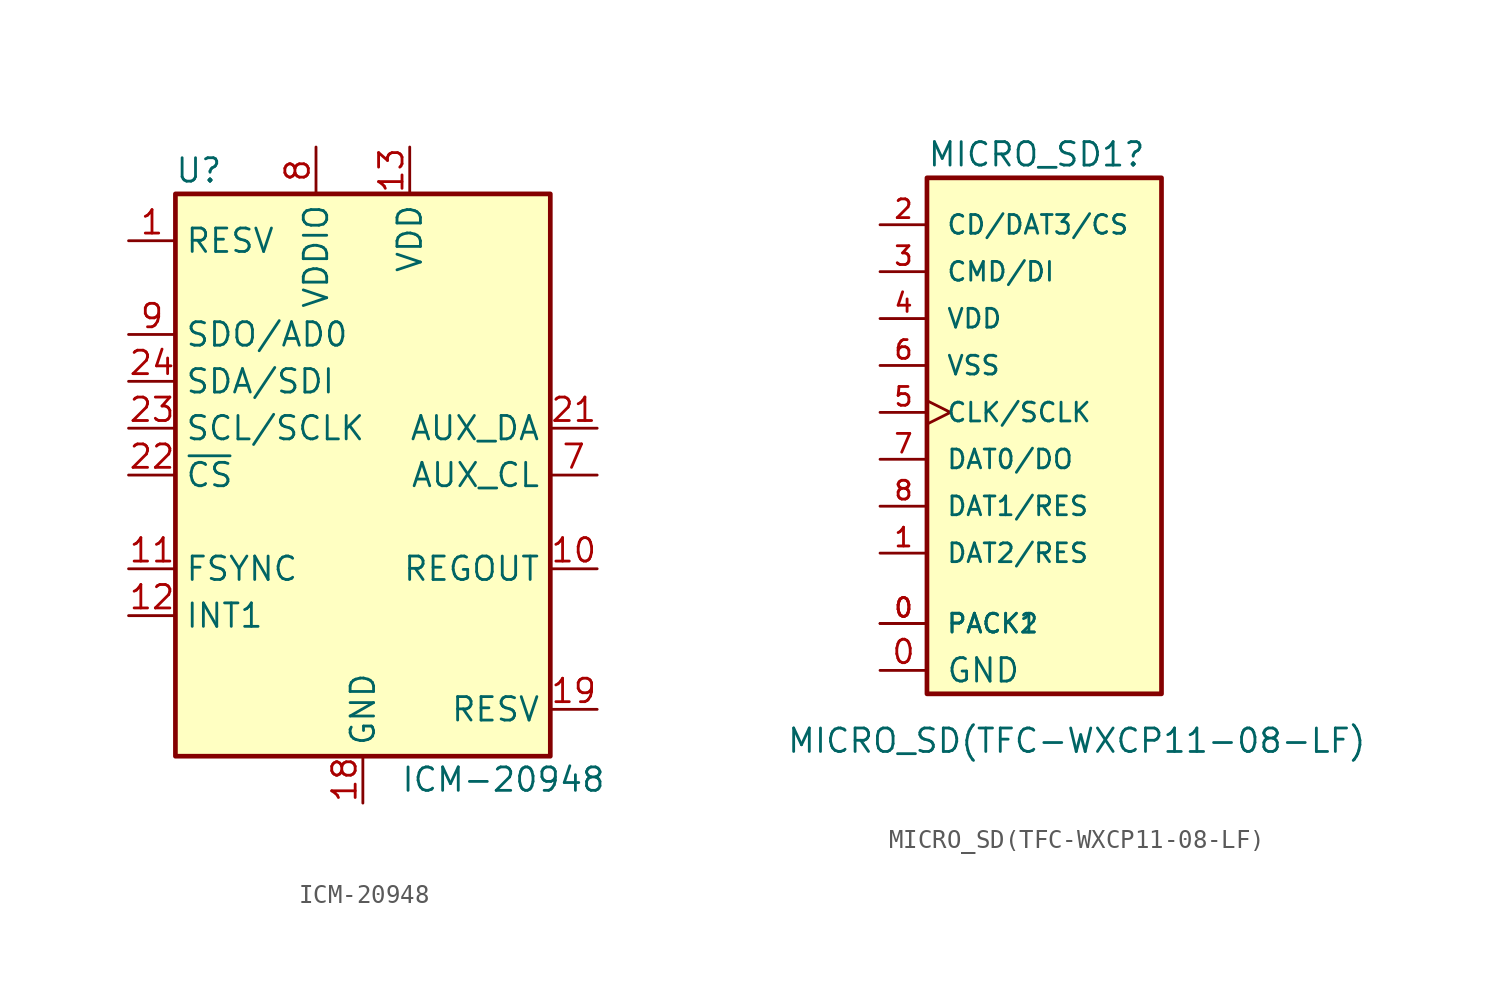
<source format=kicad_sym>
(kicad_symbol_lib
  (version 20211014)
  (generator kicad_symbol_editor)
  (symbol "ICM-20948"
    (property "Reference" "U"
      (at -8.89 16.51 0)
      (effects (font (size 1.27 1.27))))
    (property "Value" "ICM-20948"
      (at 7.62 -16.51 0)
      (effects (font (size 1.27 1.27))))
    (symbol "ICM-20948_0_1"
      (rectangle (start -10.16 15.24) (end 10.16 -15.24) (stroke (width 0.254) (type default) (color 0 0 0 0)) (fill (type background))))
    (symbol "ICM-20948_1_1"
      (pin power_in line (at -12.7 12.7 0) (length 2.54) (name "RESV" (effects (font (size 1.27 1.27)))) (number "1" (effects (font (size 1.27 1.27)))))
      (pin passive line (at 12.7 -5.08 180) (length 2.54) (name "REGOUT" (effects (font (size 1.27 1.27)))) (number "10" (effects (font (size 1.27 1.27)))))
      (pin input line (at -12.7 -5.08 0) (length 2.54) (name "FSYNC" (effects (font (size 1.27 1.27)))) (number "11" (effects (font (size 1.27 1.27)))))
      (pin output line (at -12.7 -7.62 0) (length 2.54) (name "INT1" (effects (font (size 1.27 1.27)))) (number "12" (effects (font (size 1.27 1.27)))))
      (pin power_in line (at 2.54 17.78 270) (length 2.54) (name "VDD" (effects (font (size 1.27 1.27)))) (number "13" (effects (font (size 1.27 1.27)))))
      (pin no_connect line (at 10.16 7.62 180) (length 2.54) hide (name "NC" (effects (font (size 1.27 1.27)))) (number "14" (effects (font (size 1.27 1.27)))))
      (pin no_connect line (at 10.16 5.08 180) (length 2.54) hide (name "NC" (effects (font (size 1.27 1.27)))) (number "15" (effects (font (size 1.27 1.27)))))
      (pin no_connect line (at 10.16 -7.62 180) (length 2.54) hide (name "NC" (effects (font (size 1.27 1.27)))) (number "16" (effects (font (size 1.27 1.27)))))
      (pin no_connect line (at 10.16 -10.16 180) (length 2.54) hide (name "NC" (effects (font (size 1.27 1.27)))) (number "17" (effects (font (size 1.27 1.27)))))
      (pin power_in line (at 0 -17.78 90) (length 2.54) (name "GND" (effects (font (size 1.27 1.27)))) (number "18" (effects (font (size 1.27 1.27)))))
      (pin power_in line (at 12.7 -12.7 180) (length 2.54) (name "RESV" (effects (font (size 1.27 1.27)))) (number "19" (effects (font (size 1.27 1.27)))))
      (pin no_connect line (at -10.16 10.16 0) (length 2.54) hide (name "NC" (effects (font (size 1.27 1.27)))) (number "2" (effects (font (size 1.27 1.27)))))
      (pin passive line (at 0 -17.78 90) (length 2.54) hide (name "GND" (effects (font (size 1.27 1.27)))) (number "20" (effects (font (size 1.27 1.27)))))
      (pin bidirectional line (at 12.7 2.54 180) (length 2.54) (name "AUX_DA" (effects (font (size 1.27 1.27)))) (number "21" (effects (font (size 1.27 1.27)))))
      (pin input line (at -12.7 0 0) (length 2.54) (name "~{CS}" (effects (font (size 1.27 1.27)))) (number "22" (effects (font (size 1.27 1.27)))))
      (pin input line (at -12.7 2.54 0) (length 2.54) (name "SCL/SCLK" (effects (font (size 1.27 1.27)))) (number "23" (effects (font (size 1.27 1.27)))))
      (pin bidirectional line (at -12.7 5.08 0) (length 2.54) (name "SDA/SDI" (effects (font (size 1.27 1.27)))) (number "24" (effects (font (size 1.27 1.27)))))
      (pin no_connect line (at -10.16 -2.54 0) (length 2.54) hide (name "NC" (effects (font (size 1.27 1.27)))) (number "3" (effects (font (size 1.27 1.27)))))
      (pin no_connect line (at -10.16 -10.16 0) (length 2.54) hide (name "NC" (effects (font (size 1.27 1.27)))) (number "4" (effects (font (size 1.27 1.27)))))
      (pin no_connect line (at -10.16 -12.7 0) (length 2.54) hide (name "NC" (effects (font (size 1.27 1.27)))) (number "5" (effects (font (size 1.27 1.27)))))
      (pin no_connect line (at 10.16 10.16 180) (length 2.54) hide (name "NC" (effects (font (size 1.27 1.27)))) (number "6" (effects (font (size 1.27 1.27)))))
      (pin output line (at 12.7 0 180) (length 2.54) (name "AUX_CL" (effects (font (size 1.27 1.27)))) (number "7" (effects (font (size 1.27 1.27)))))
      (pin power_in line (at -2.54 17.78 270) (length 2.54) (name "VDDIO" (effects (font (size 1.27 1.27)))) (number "8" (effects (font (size 1.27 1.27)))))
      (pin bidirectional line (at -12.7 7.62 0) (length 2.54) (name "SDO/AD0" (effects (font (size 1.27 1.27)))) (number "9" (effects (font (size 1.27 1.27)))))))
  (symbol "MICRO_SD(TFC-WXCP11-08-LF)"
    (pin_names
      (offset 1.016))
    (property "Reference" "MICRO_SD1"
      (at -10.16 13.97 0)
      (effects (font (size 1.27 1.27)) (justify left)))
    (property "Value" "MICRO_SD(TFC-WXCP11-08-LF)"
      (at -17.78 -17.78 0)
      (effects (font (size 1.27 1.27)) (justify left)))
    (property "Datasheet" ""
      (at 0 0 0)
      (effects (font (size 1.524 1.524))))
    (property "ki_locked" ""
      (at 0 0 0)
      (effects (font (size 1.27 1.27))))
    (symbol "MICRO_SD(TFC-WXCP11-08-LF)_0_0"
      (pin input line (at -12.7 -13.97 0) (length 2.54) (name "GND" (effects (font (size 1.27 1.27)))) (number "0" (effects (font (size 1.27 1.27))))))
    (symbol "MICRO_SD(TFC-WXCP11-08-LF)_0_1"
      (rectangle (start -10.16 12.7) (end 2.54 -15.24) (stroke (width 0.254) (type default) (color 0 0 0 0)) (fill (type background))))
    (symbol "MICRO_SD(TFC-WXCP11-08-LF)_1_1"
      (pin input line (at -12.7 -11.43 0) (length 2.54) (name "PACK1" (effects (font (size 1.016 1.016)))) (number "0" (effects (font (size 1.016 1.016)))))
      (pin input line (at -12.7 -11.43 0) (length 2.54) (name "PACK2" (effects (font (size 1.016 1.016)))) (number "0" (effects (font (size 1.016 1.016)))))
      (pin input line (at -12.7 -7.62 0) (length 2.54) (name "DAT2/RES" (effects (font (size 1.016 1.016)))) (number "1" (effects (font (size 1.016 1.016)))))
      (pin input line (at -12.7 10.16 0) (length 2.54) (name "CD/DAT3/CS" (effects (font (size 1.016 1.016)))) (number "2" (effects (font (size 1.016 1.016)))))
      (pin input line (at -12.7 7.62 0) (length 2.54) (name "CMD/DI" (effects (font (size 1.016 1.016)))) (number "3" (effects (font (size 1.016 1.016)))))
      (pin power_in line (at -12.7 5.08 0) (length 2.54) (name "VDD" (effects (font (size 1.016 1.016)))) (number "4" (effects (font (size 1.016 1.016)))))
      (pin input clock (at -12.7 0 0) (length 2.54) (name "CLK/SCLK" (effects (font (size 1.016 1.016)))) (number "5" (effects (font (size 1.016 1.016)))))
      (pin power_in line (at -12.7 2.54 0) (length 2.54) (name "VSS" (effects (font (size 1.016 1.016)))) (number "6" (effects (font (size 1.016 1.016)))))
      (pin output line (at -12.7 -2.54 0) (length 2.54) (name "DAT0/DO" (effects (font (size 1.016 1.016)))) (number "7" (effects (font (size 1.016 1.016)))))
      (pin input line (at -12.7 -5.08 0) (length 2.54) (name "DAT1/RES" (effects (font (size 1.016 1.016)))) (number "8" (effects (font (size 1.016 1.016))))))))
</source>
